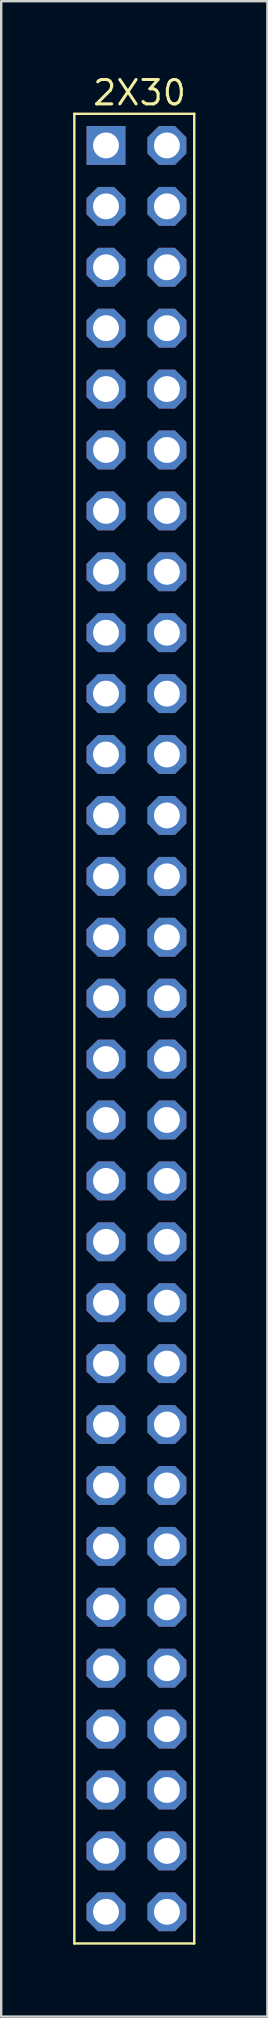
<source format=kicad_pcb>
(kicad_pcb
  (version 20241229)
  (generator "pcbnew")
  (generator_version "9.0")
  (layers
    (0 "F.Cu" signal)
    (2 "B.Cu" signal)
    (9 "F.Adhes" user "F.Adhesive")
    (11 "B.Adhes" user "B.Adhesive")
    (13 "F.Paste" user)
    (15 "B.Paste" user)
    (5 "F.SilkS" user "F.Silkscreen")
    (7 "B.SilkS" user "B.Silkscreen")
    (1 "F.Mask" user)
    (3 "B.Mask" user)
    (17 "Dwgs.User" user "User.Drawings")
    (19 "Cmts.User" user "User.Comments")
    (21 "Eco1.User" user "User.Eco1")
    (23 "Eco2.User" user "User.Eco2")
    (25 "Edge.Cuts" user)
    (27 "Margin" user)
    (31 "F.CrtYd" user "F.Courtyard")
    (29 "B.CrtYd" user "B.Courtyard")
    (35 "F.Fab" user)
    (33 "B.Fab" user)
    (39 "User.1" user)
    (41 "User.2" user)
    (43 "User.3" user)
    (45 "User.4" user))
  (footprint "2X30"
    (layer "F.Cu")
    (at 1.37 3.015)
    (property "Reference" "2X30" (at 1.398 -2.197 0) (layer "F.SilkS") (effects (font (size 1.016 1.016) (thickness 0.127))))
    (attr through_hole)
    (fp_line (start -1.32 -1.32) (end -1.32 74.98) (stroke (width 0.1) (type default)) (layer "F.SilkS"))
    (fp_line (start -1.32 -1.32) (end 3.68 -1.32) (stroke (width 0.1) (type default)) (layer "F.SilkS"))
    (fp_line (start -1.32 74.98) (end 3.68 74.98) (stroke (width 0.1) (type default)) (layer "F.SilkS"))
    (fp_line (start 3.68 -1.32) (end 3.68 74.98) (stroke (width 0.1) (type default)) (layer "F.SilkS"))
    (pad "1" thru_hole rect (at 0 0) (size 1.62 1.62) (drill 1.08) (layers "*.Cu" "*.Mask"))
    (pad "2" thru_hole roundrect (at 0 2.54) (size 1.62 1.62) (drill 1.08) (layers "*.Cu" "*.Mask") (roundrect_rratio 0.25) (chamfer_ratio 0.293) (chamfer top_left top_right bottom_left bottom_right))
    (pad "3" thru_hole roundrect (at 0 5.08) (size 1.62 1.62) (drill 1.08) (layers "*.Cu" "*.Mask") (roundrect_rratio 0.25) (chamfer_ratio 0.293) (chamfer top_left top_right bottom_left bottom_right))
    (pad "4" thru_hole roundrect (at 0 7.62) (size 1.62 1.62) (drill 1.08) (layers "*.Cu" "*.Mask") (roundrect_rratio 0.25) (chamfer_ratio 0.293) (chamfer top_left top_right bottom_left bottom_right))
    (pad "5" thru_hole roundrect (at 0 10.16) (size 1.62 1.62) (drill 1.08) (layers "*.Cu" "*.Mask") (roundrect_rratio 0.25) (chamfer_ratio 0.293) (chamfer top_left top_right bottom_left bottom_right))
    (pad "6" thru_hole roundrect (at 0 12.7) (size 1.62 1.62) (drill 1.08) (layers "*.Cu" "*.Mask") (roundrect_rratio 0.25) (chamfer_ratio 0.293) (chamfer top_left top_right bottom_left bottom_right))
    (pad "7" thru_hole roundrect (at 0 15.24) (size 1.62 1.62) (drill 1.08) (layers "*.Cu" "*.Mask") (roundrect_rratio 0.25) (chamfer_ratio 0.293) (chamfer top_left top_right bottom_left bottom_right))
    (pad "8" thru_hole roundrect (at 0 17.78) (size 1.62 1.62) (drill 1.08) (layers "*.Cu" "*.Mask") (roundrect_rratio 0.25) (chamfer_ratio 0.293) (chamfer top_left top_right bottom_left bottom_right))
    (pad "9" thru_hole roundrect (at 0 20.32) (size 1.62 1.62) (drill 1.08) (layers "*.Cu" "*.Mask") (roundrect_rratio 0.25) (chamfer_ratio 0.293) (chamfer top_left top_right bottom_left bottom_right))
    (pad "10" thru_hole roundrect (at 0 22.86) (size 1.62 1.62) (drill 1.08) (layers "*.Cu" "*.Mask") (roundrect_rratio 0.25) (chamfer_ratio 0.293) (chamfer top_left top_right bottom_left bottom_right))
    (pad "11" thru_hole roundrect (at 0 25.4) (size 1.62 1.62) (drill 1.08) (layers "*.Cu" "*.Mask") (roundrect_rratio 0.25) (chamfer_ratio 0.293) (chamfer top_left top_right bottom_left bottom_right))
    (pad "12" thru_hole roundrect (at 0 27.94) (size 1.62 1.62) (drill 1.08) (layers "*.Cu" "*.Mask") (roundrect_rratio 0.25) (chamfer_ratio 0.293) (chamfer top_left top_right bottom_left bottom_right))
    (pad "13" thru_hole roundrect (at 0 30.48) (size 1.62 1.62) (drill 1.08) (layers "*.Cu" "*.Mask") (roundrect_rratio 0.25) (chamfer_ratio 0.293) (chamfer top_left top_right bottom_left bottom_right))
    (pad "14" thru_hole roundrect (at 0 33.02) (size 1.62 1.62) (drill 1.08) (layers "*.Cu" "*.Mask") (roundrect_rratio 0.25) (chamfer_ratio 0.293) (chamfer top_left top_right bottom_left bottom_right))
    (pad "15" thru_hole roundrect (at 0 35.56) (size 1.62 1.62) (drill 1.08) (layers "*.Cu" "*.Mask") (roundrect_rratio 0.25) (chamfer_ratio 0.293) (chamfer top_left top_right bottom_left bottom_right))
    (pad "16" thru_hole roundrect (at 0 38.1) (size 1.62 1.62) (drill 1.08) (layers "*.Cu" "*.Mask") (roundrect_rratio 0.25) (chamfer_ratio 0.293) (chamfer top_left top_right bottom_left bottom_right))
    (pad "17" thru_hole roundrect (at 0 40.64) (size 1.62 1.62) (drill 1.08) (layers "*.Cu" "*.Mask") (roundrect_rratio 0.25) (chamfer_ratio 0.293) (chamfer top_left top_right bottom_left bottom_right))
    (pad "18" thru_hole roundrect (at 0 43.18) (size 1.62 1.62) (drill 1.08) (layers "*.Cu" "*.Mask") (roundrect_rratio 0.25) (chamfer_ratio 0.293) (chamfer top_left top_right bottom_left bottom_right))
    (pad "19" thru_hole roundrect (at 0 45.72) (size 1.62 1.62) (drill 1.08) (layers "*.Cu" "*.Mask") (roundrect_rratio 0.25) (chamfer_ratio 0.293) (chamfer top_left top_right bottom_left bottom_right))
    (pad "20" thru_hole roundrect (at 0 48.26) (size 1.62 1.62) (drill 1.08) (layers "*.Cu" "*.Mask") (roundrect_rratio 0.25) (chamfer_ratio 0.293) (chamfer top_left top_right bottom_left bottom_right))
    (pad "21" thru_hole roundrect (at 0 50.8) (size 1.62 1.62) (drill 1.08) (layers "*.Cu" "*.Mask") (roundrect_rratio 0.25) (chamfer_ratio 0.293) (chamfer top_left top_right bottom_left bottom_right))
    (pad "22" thru_hole roundrect (at 0 53.34) (size 1.62 1.62) (drill 1.08) (layers "*.Cu" "*.Mask") (roundrect_rratio 0.25) (chamfer_ratio 0.293) (chamfer top_left top_right bottom_left bottom_right))
    (pad "23" thru_hole roundrect (at 0 55.88) (size 1.62 1.62) (drill 1.08) (layers "*.Cu" "*.Mask") (roundrect_rratio 0.25) (chamfer_ratio 0.293) (chamfer top_left top_right bottom_left bottom_right))
    (pad "24" thru_hole roundrect (at 0 58.42) (size 1.62 1.62) (drill 1.08) (layers "*.Cu" "*.Mask") (roundrect_rratio 0.25) (chamfer_ratio 0.293) (chamfer top_left top_right bottom_left bottom_right))
    (pad "25" thru_hole roundrect (at 0 60.96) (size 1.62 1.62) (drill 1.08) (layers "*.Cu" "*.Mask") (roundrect_rratio 0.25) (chamfer_ratio 0.293) (chamfer top_left top_right bottom_left bottom_right))
    (pad "26" thru_hole roundrect (at 0 63.5) (size 1.62 1.62) (drill 1.08) (layers "*.Cu" "*.Mask") (roundrect_rratio 0.25) (chamfer_ratio 0.293) (chamfer top_left top_right bottom_left bottom_right))
    (pad "27" thru_hole roundrect (at 0 66.04) (size 1.62 1.62) (drill 1.08) (layers "*.Cu" "*.Mask") (roundrect_rratio 0.25) (chamfer_ratio 0.293) (chamfer top_left top_right bottom_left bottom_right))
    (pad "28" thru_hole roundrect (at 0 68.58) (size 1.62 1.62) (drill 1.08) (layers "*.Cu" "*.Mask") (roundrect_rratio 0.25) (chamfer_ratio 0.293) (chamfer top_left top_right bottom_left bottom_right))
    (pad "29" thru_hole roundrect (at 0 71.12) (size 1.62 1.62) (drill 1.08) (layers "*.Cu" "*.Mask") (roundrect_rratio 0.25) (chamfer_ratio 0.293) (chamfer top_left top_right bottom_left bottom_right))
    (pad "30" thru_hole roundrect (at 0 73.66) (size 1.62 1.62) (drill 1.08) (layers "*.Cu" "*.Mask") (roundrect_rratio 0.25) (chamfer_ratio 0.293) (chamfer top_left top_right bottom_left bottom_right))
    (pad "31" thru_hole roundrect (at 2.54 0) (size 1.62 1.62) (drill 1.08) (layers "*.Cu" "*.Mask") (roundrect_rratio 0.25) (chamfer_ratio 0.293) (chamfer top_left top_right bottom_left bottom_right))
    (pad "32" thru_hole roundrect (at 2.54 2.54) (size 1.62 1.62) (drill 1.08) (layers "*.Cu" "*.Mask") (roundrect_rratio 0.25) (chamfer_ratio 0.293) (chamfer top_left top_right bottom_left bottom_right))
    (pad "33" thru_hole roundrect (at 2.54 5.08) (size 1.62 1.62) (drill 1.08) (layers "*.Cu" "*.Mask") (roundrect_rratio 0.25) (chamfer_ratio 0.293) (chamfer top_left top_right bottom_left bottom_right))
    (pad "34" thru_hole roundrect (at 2.54 7.62) (size 1.62 1.62) (drill 1.08) (layers "*.Cu" "*.Mask") (roundrect_rratio 0.25) (chamfer_ratio 0.293) (chamfer top_left top_right bottom_left bottom_right))
    (pad "35" thru_hole roundrect (at 2.54 10.16) (size 1.62 1.62) (drill 1.08) (layers "*.Cu" "*.Mask") (roundrect_rratio 0.25) (chamfer_ratio 0.293) (chamfer top_left top_right bottom_left bottom_right))
    (pad "36" thru_hole roundrect (at 2.54 12.7) (size 1.62 1.62) (drill 1.08) (layers "*.Cu" "*.Mask") (roundrect_rratio 0.25) (chamfer_ratio 0.293) (chamfer top_left top_right bottom_left bottom_right))
    (pad "37" thru_hole roundrect (at 2.54 15.24) (size 1.62 1.62) (drill 1.08) (layers "*.Cu" "*.Mask") (roundrect_rratio 0.25) (chamfer_ratio 0.293) (chamfer top_left top_right bottom_left bottom_right))
    (pad "38" thru_hole roundrect (at 2.54 17.78) (size 1.62 1.62) (drill 1.08) (layers "*.Cu" "*.Mask") (roundrect_rratio 0.25) (chamfer_ratio 0.293) (chamfer top_left top_right bottom_left bottom_right))
    (pad "39" thru_hole roundrect (at 2.54 20.32) (size 1.62 1.62) (drill 1.08) (layers "*.Cu" "*.Mask") (roundrect_rratio 0.25) (chamfer_ratio 0.293) (chamfer top_left top_right bottom_left bottom_right))
    (pad "40" thru_hole roundrect (at 2.54 22.86) (size 1.62 1.62) (drill 1.08) (layers "*.Cu" "*.Mask") (roundrect_rratio 0.25) (chamfer_ratio 0.293) (chamfer top_left top_right bottom_left bottom_right))
    (pad "41" thru_hole roundrect (at 2.54 25.4) (size 1.62 1.62) (drill 1.08) (layers "*.Cu" "*.Mask") (roundrect_rratio 0.25) (chamfer_ratio 0.293) (chamfer top_left top_right bottom_left bottom_right))
    (pad "42" thru_hole roundrect (at 2.54 27.94) (size 1.62 1.62) (drill 1.08) (layers "*.Cu" "*.Mask") (roundrect_rratio 0.25) (chamfer_ratio 0.293) (chamfer top_left top_right bottom_left bottom_right))
    (pad "43" thru_hole roundrect (at 2.54 30.48) (size 1.62 1.62) (drill 1.08) (layers "*.Cu" "*.Mask") (roundrect_rratio 0.25) (chamfer_ratio 0.293) (chamfer top_left top_right bottom_left bottom_right))
    (pad "44" thru_hole roundrect (at 2.54 33.02) (size 1.62 1.62) (drill 1.08) (layers "*.Cu" "*.Mask") (roundrect_rratio 0.25) (chamfer_ratio 0.293) (chamfer top_left top_right bottom_left bottom_right))
    (pad "45" thru_hole roundrect (at 2.54 35.56) (size 1.62 1.62) (drill 1.08) (layers "*.Cu" "*.Mask") (roundrect_rratio 0.25) (chamfer_ratio 0.293) (chamfer top_left top_right bottom_left bottom_right))
    (pad "46" thru_hole roundrect (at 2.54 38.1) (size 1.62 1.62) (drill 1.08) (layers "*.Cu" "*.Mask") (roundrect_rratio 0.25) (chamfer_ratio 0.293) (chamfer top_left top_right bottom_left bottom_right))
    (pad "47" thru_hole roundrect (at 2.54 40.64) (size 1.62 1.62) (drill 1.08) (layers "*.Cu" "*.Mask") (roundrect_rratio 0.25) (chamfer_ratio 0.293) (chamfer top_left top_right bottom_left bottom_right))
    (pad "48" thru_hole roundrect (at 2.54 43.18) (size 1.62 1.62) (drill 1.08) (layers "*.Cu" "*.Mask") (roundrect_rratio 0.25) (chamfer_ratio 0.293) (chamfer top_left top_right bottom_left bottom_right))
    (pad "49" thru_hole roundrect (at 2.54 45.72) (size 1.62 1.62) (drill 1.08) (layers "*.Cu" "*.Mask") (roundrect_rratio 0.25) (chamfer_ratio 0.293) (chamfer top_left top_right bottom_left bottom_right))
    (pad "50" thru_hole roundrect (at 2.54 48.26) (size 1.62 1.62) (drill 1.08) (layers "*.Cu" "*.Mask") (roundrect_rratio 0.25) (chamfer_ratio 0.293) (chamfer top_left top_right bottom_left bottom_right))
    (pad "51" thru_hole roundrect (at 2.54 50.8) (size 1.62 1.62) (drill 1.08) (layers "*.Cu" "*.Mask") (roundrect_rratio 0.25) (chamfer_ratio 0.293) (chamfer top_left top_right bottom_left bottom_right))
    (pad "52" thru_hole roundrect (at 2.54 53.34) (size 1.62 1.62) (drill 1.08) (layers "*.Cu" "*.Mask") (roundrect_rratio 0.25) (chamfer_ratio 0.293) (chamfer top_left top_right bottom_left bottom_right))
    (pad "53" thru_hole roundrect (at 2.54 55.88) (size 1.62 1.62) (drill 1.08) (layers "*.Cu" "*.Mask") (roundrect_rratio 0.25) (chamfer_ratio 0.293) (chamfer top_left top_right bottom_left bottom_right))
    (pad "54" thru_hole roundrect (at 2.54 58.42) (size 1.62 1.62) (drill 1.08) (layers "*.Cu" "*.Mask") (roundrect_rratio 0.25) (chamfer_ratio 0.293) (chamfer top_left top_right bottom_left bottom_right))
    (pad "55" thru_hole roundrect (at 2.54 60.96) (size 1.62 1.62) (drill 1.08) (layers "*.Cu" "*.Mask") (roundrect_rratio 0.25) (chamfer_ratio 0.293) (chamfer top_left top_right bottom_left bottom_right))
    (pad "56" thru_hole roundrect (at 2.54 63.5) (size 1.62 1.62) (drill 1.08) (layers "*.Cu" "*.Mask") (roundrect_rratio 0.25) (chamfer_ratio 0.293) (chamfer top_left top_right bottom_left bottom_right))
    (pad "57" thru_hole roundrect (at 2.54 66.04) (size 1.62 1.62) (drill 1.08) (layers "*.Cu" "*.Mask") (roundrect_rratio 0.25) (chamfer_ratio 0.293) (chamfer top_left top_right bottom_left bottom_right))
    (pad "58" thru_hole roundrect (at 2.54 68.58) (size 1.62 1.62) (drill 1.08) (layers "*.Cu" "*.Mask") (roundrect_rratio 0.25) (chamfer_ratio 0.293) (chamfer top_left top_right bottom_left bottom_right))
    (pad "59" thru_hole roundrect (at 2.54 71.12) (size 1.62 1.62) (drill 1.08) (layers "*.Cu" "*.Mask") (roundrect_rratio 0.25) (chamfer_ratio 0.293) (chamfer top_left top_right bottom_left bottom_right))
    (pad "60" thru_hole roundrect (at 2.54 73.66) (size 1.62 1.62) (drill 1.08) (layers "*.Cu" "*.Mask") (roundrect_rratio 0.25) (chamfer_ratio 0.293) (chamfer top_left top_right bottom_left bottom_right)))
  (gr_rect
    (start -3 -3)
    (end 8.1 81.045)
    (stroke (width 0.1) (type default))
    (fill no)
    (layer "Edge.Cuts")))
</source>
